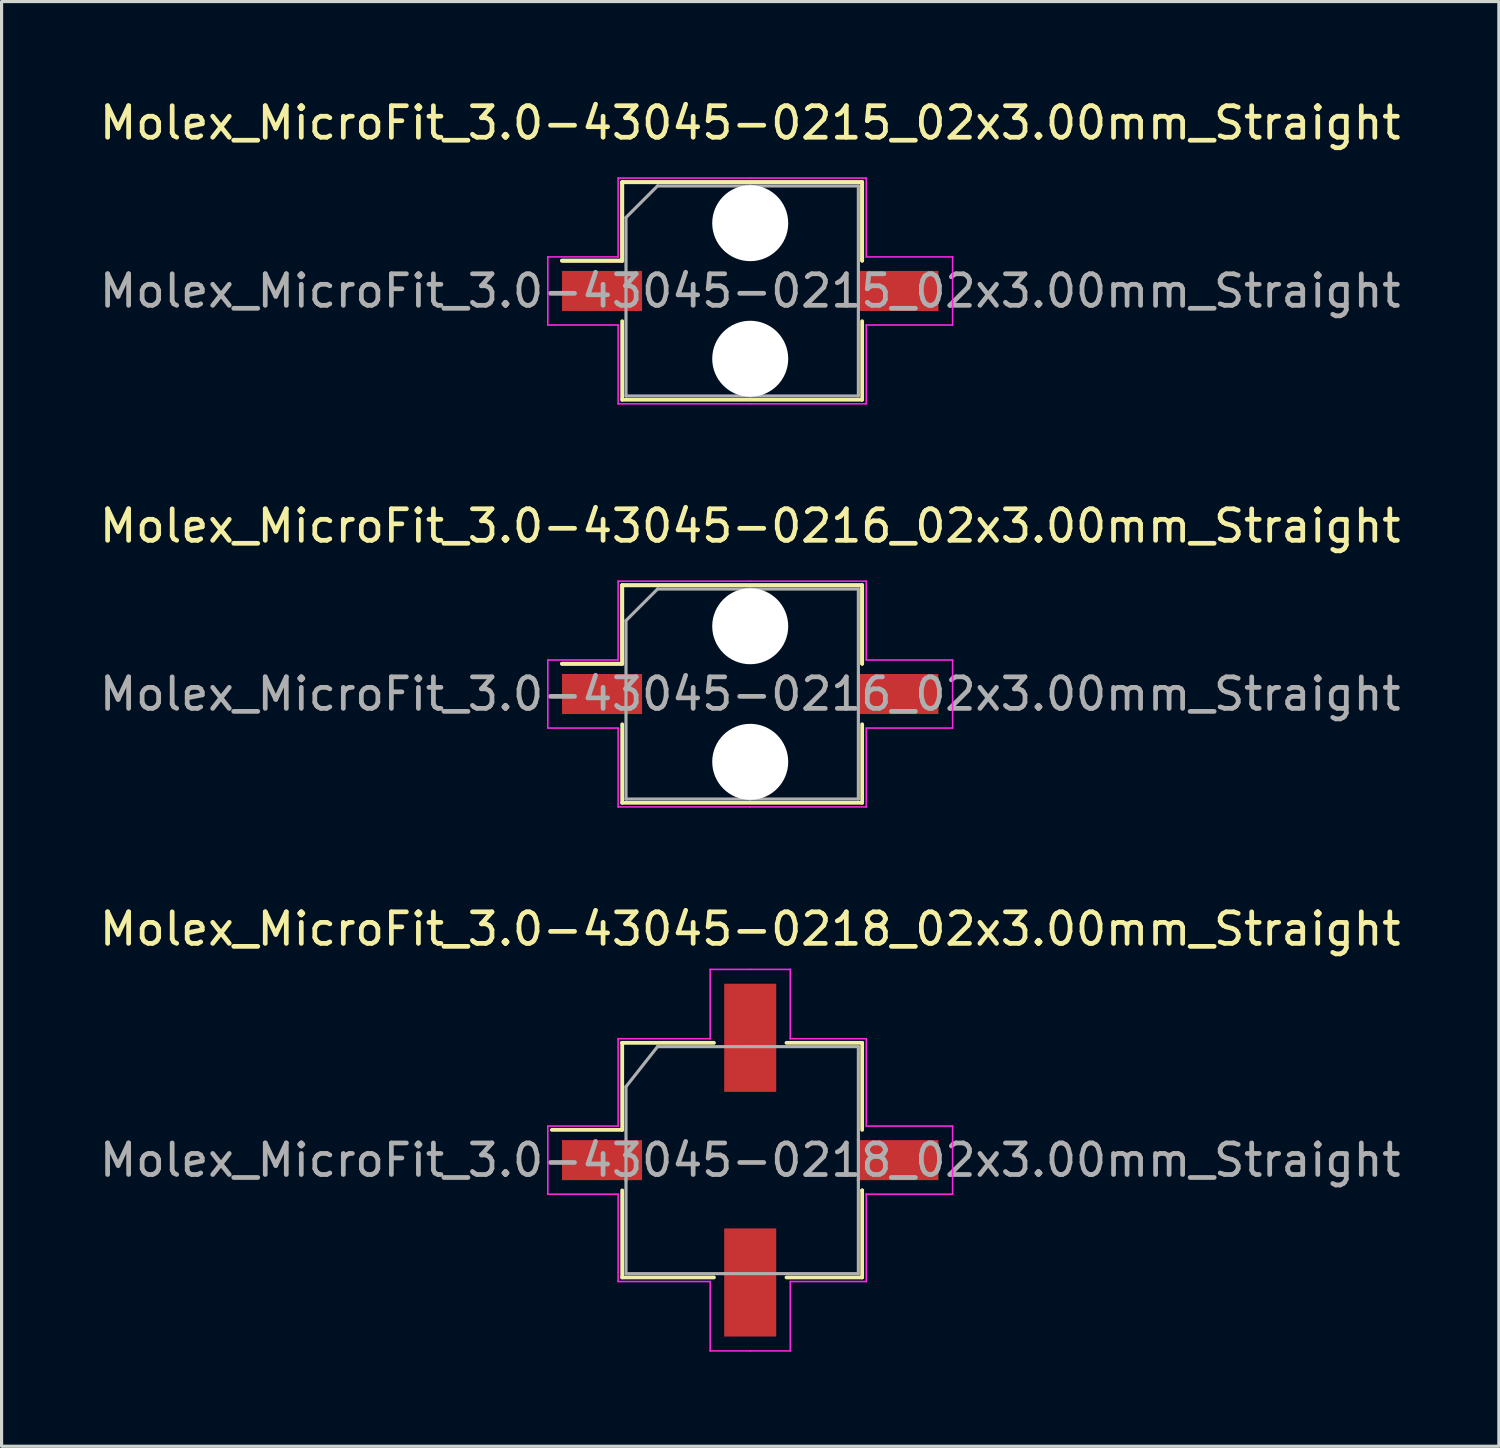
<source format=kicad_pcb>
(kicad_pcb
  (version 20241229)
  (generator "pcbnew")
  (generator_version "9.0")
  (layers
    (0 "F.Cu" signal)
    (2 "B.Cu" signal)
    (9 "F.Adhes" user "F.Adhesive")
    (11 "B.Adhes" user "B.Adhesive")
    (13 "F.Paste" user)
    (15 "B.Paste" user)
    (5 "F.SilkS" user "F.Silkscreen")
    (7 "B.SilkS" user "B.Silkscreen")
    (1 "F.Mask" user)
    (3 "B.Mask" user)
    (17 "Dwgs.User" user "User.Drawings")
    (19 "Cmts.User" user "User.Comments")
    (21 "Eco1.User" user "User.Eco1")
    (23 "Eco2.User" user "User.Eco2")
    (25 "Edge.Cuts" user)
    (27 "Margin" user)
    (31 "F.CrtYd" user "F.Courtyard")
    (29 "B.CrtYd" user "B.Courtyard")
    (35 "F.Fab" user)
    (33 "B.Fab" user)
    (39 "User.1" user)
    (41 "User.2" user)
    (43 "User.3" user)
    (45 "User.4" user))
  (footprint "Molex_MicroFit_3.0-43045-0215_02x3.00mm_Straight"
    (layer "F.Cu")
    (at 20.744 6.178)
    (property "Reference" "Molex_MicroFit_3.0-43045-0215_02x3.00mm_Straight" (at 0 -5.33 0) (layer "F.SilkS") (effects (font (size 1 1) (thickness 0.15))))
    (attr smd)
    (fp_line (start -5.97 -0.96) (end -4.06 -0.96) (stroke (width 0.12) (type solid)) (layer "F.SilkS"))
    (fp_line (start -5.97 -0.96) (end -4.06 -0.96) (stroke (width 0.12) (type solid)) (layer "F.SilkS"))
    (fp_line (start -4.06 -3.45) (end 3.55 -3.45) (stroke (width 0.12) (type solid)) (layer "F.SilkS"))
    (fp_line (start -4.06 -3.45) (end 3.55 -3.45) (stroke (width 0.12) (type solid)) (layer "F.SilkS"))
    (fp_line (start -4.06 -0.96) (end -4.06 -3.45) (stroke (width 0.12) (type solid)) (layer "F.SilkS"))
    (fp_line (start -4.06 -0.96) (end -4.06 -3.45) (stroke (width 0.12) (type solid)) (layer "F.SilkS"))
    (fp_line (start -4.06 3.45) (end -4.06 0.96) (stroke (width 0.12) (type solid)) (layer "F.SilkS"))
    (fp_line (start 3.55 -3.45) (end 3.55 -0.96) (stroke (width 0.12) (type solid)) (layer "F.SilkS"))
    (fp_line (start 3.55 -3.45) (end 3.55 -0.96) (stroke (width 0.12) (type solid)) (layer "F.SilkS"))
    (fp_line (start 3.55 0.96) (end 3.55 3.45) (stroke (width 0.12) (type solid)) (layer "F.SilkS"))
    (fp_line (start 3.55 3.45) (end -4.06 3.45) (stroke (width 0.12) (type solid)) (layer "F.SilkS"))
    (fp_line (start -6.42 -1.08) (end -4.19 -1.08) (stroke (width 0.05) (type solid)) (layer "F.CrtYd"))
    (fp_line (start -6.42 1.08) (end -6.42 -1.08) (stroke (width 0.05) (type solid)) (layer "F.CrtYd"))
    (fp_line (start -4.19 -3.58) (end 0 -3.58) (stroke (width 0.05) (type solid)) (layer "F.CrtYd"))
    (fp_line (start -4.19 -1.08) (end -4.19 -3.58) (stroke (width 0.05) (type solid)) (layer "F.CrtYd"))
    (fp_line (start -4.19 1.08) (end -6.42 1.08) (stroke (width 0.05) (type solid)) (layer "F.CrtYd"))
    (fp_line (start -4.19 3.58) (end -4.19 1.08) (stroke (width 0.05) (type solid)) (layer "F.CrtYd"))
    (fp_line (start 0 -3.58) (end 3.68 -3.58) (stroke (width 0.05) (type solid)) (layer "F.CrtYd"))
    (fp_line (start 0 3.58) (end -4.19 3.58) (stroke (width 0.05) (type solid)) (layer "F.CrtYd"))
    (fp_line (start 3.68 -3.58) (end 3.68 -1.08) (stroke (width 0.05) (type solid)) (layer "F.CrtYd"))
    (fp_line (start 3.68 -1.08) (end 6.42 -1.08) (stroke (width 0.05) (type solid)) (layer "F.CrtYd"))
    (fp_line (start 3.68 1.08) (end 3.68 3.58) (stroke (width 0.05) (type solid)) (layer "F.CrtYd"))
    (fp_line (start 3.68 3.58) (end 0 3.58) (stroke (width 0.05) (type solid)) (layer "F.CrtYd"))
    (fp_line (start 6.42 -1.08) (end 6.42 1.08) (stroke (width 0.05) (type solid)) (layer "F.CrtYd"))
    (fp_line (start 6.42 1.08) (end 3.68 1.08) (stroke (width 0.05) (type solid)) (layer "F.CrtYd"))
    (fp_line (start -3.94 -2.33) (end -2.94 -3.33) (stroke (width 0.1) (type solid)) (layer "F.Fab"))
    (fp_line (start -3.94 3.33) (end -3.94 -2.33) (stroke (width 0.1) (type solid)) (layer "F.Fab"))
    (fp_line (start -2.94 -3.33) (end 0 -3.33) (stroke (width 0.1) (type solid)) (layer "F.Fab"))
    (fp_line (start 0 -3.33) (end 3.43 -3.33) (stroke (width 0.1) (type solid)) (layer "F.Fab"))
    (fp_line (start 0 3.33) (end -3.94 3.33) (stroke (width 0.1) (type solid)) (layer "F.Fab"))
    (fp_line (start 3.43 -3.33) (end 3.43 3.33) (stroke (width 0.1) (type solid)) (layer "F.Fab"))
    (fp_line (start 3.43 3.33) (end 0 3.33) (stroke (width 0.1) (type solid)) (layer "F.Fab"))
    (fp_text user "${REFERENCE}" (at 0 0 0) (layer "F.Fab") (effects (font (size 1 1) (thickness 0.15))))
    (pad "" np_thru_hole circle (at 0 -2.15) (size 2.41 2.41) (drill 2.41) (layers "*.Cu"))
    (pad "" np_thru_hole circle (at 0 2.15) (size 2.41 2.41) (drill 2.41) (layers "*.Cu"))
    (pad "1" smd rect (at -4.7 0) (size 2.54 1.27) (layers "F.Cu" "F.Mask" "F.Paste"))
    (pad "2" smd rect (at 4.7 0) (size 2.54 1.27) (layers "F.Cu" "F.Mask" "F.Paste")))
  (footprint "Molex_MicroFit_3.0-43045-0216_02x3.00mm_Straight"
    (layer "F.Cu")
    (at 20.744 18.962)
    (property "Reference" "Molex_MicroFit_3.0-43045-0216_02x3.00mm_Straight" (at 0 -5.33 0) (layer "F.SilkS") (effects (font (size 1 1) (thickness 0.15))))
    (attr smd)
    (fp_line (start -5.97 -0.96) (end -4.06 -0.96) (stroke (width 0.12) (type solid)) (layer "F.SilkS"))
    (fp_line (start -5.97 -0.96) (end -4.06 -0.96) (stroke (width 0.12) (type solid)) (layer "F.SilkS"))
    (fp_line (start -4.06 -3.45) (end 3.55 -3.45) (stroke (width 0.12) (type solid)) (layer "F.SilkS"))
    (fp_line (start -4.06 -3.45) (end 3.55 -3.45) (stroke (width 0.12) (type solid)) (layer "F.SilkS"))
    (fp_line (start -4.06 -0.96) (end -4.06 -3.45) (stroke (width 0.12) (type solid)) (layer "F.SilkS"))
    (fp_line (start -4.06 -0.96) (end -4.06 -3.45) (stroke (width 0.12) (type solid)) (layer "F.SilkS"))
    (fp_line (start -4.06 3.45) (end -4.06 0.96) (stroke (width 0.12) (type solid)) (layer "F.SilkS"))
    (fp_line (start 3.55 -3.45) (end 3.55 -0.96) (stroke (width 0.12) (type solid)) (layer "F.SilkS"))
    (fp_line (start 3.55 -3.45) (end 3.55 -0.96) (stroke (width 0.12) (type solid)) (layer "F.SilkS"))
    (fp_line (start 3.55 0.96) (end 3.55 3.45) (stroke (width 0.12) (type solid)) (layer "F.SilkS"))
    (fp_line (start 3.55 3.45) (end -4.06 3.45) (stroke (width 0.12) (type solid)) (layer "F.SilkS"))
    (fp_line (start -6.42 -1.08) (end -4.19 -1.08) (stroke (width 0.05) (type solid)) (layer "F.CrtYd"))
    (fp_line (start -6.42 1.08) (end -6.42 -1.08) (stroke (width 0.05) (type solid)) (layer "F.CrtYd"))
    (fp_line (start -4.19 -3.58) (end 0 -3.58) (stroke (width 0.05) (type solid)) (layer "F.CrtYd"))
    (fp_line (start -4.19 -1.08) (end -4.19 -3.58) (stroke (width 0.05) (type solid)) (layer "F.CrtYd"))
    (fp_line (start -4.19 1.08) (end -6.42 1.08) (stroke (width 0.05) (type solid)) (layer "F.CrtYd"))
    (fp_line (start -4.19 3.58) (end -4.19 1.08) (stroke (width 0.05) (type solid)) (layer "F.CrtYd"))
    (fp_line (start 0 -3.58) (end 3.68 -3.58) (stroke (width 0.05) (type solid)) (layer "F.CrtYd"))
    (fp_line (start 0 3.58) (end -4.19 3.58) (stroke (width 0.05) (type solid)) (layer "F.CrtYd"))
    (fp_line (start 3.68 -3.58) (end 3.68 -1.08) (stroke (width 0.05) (type solid)) (layer "F.CrtYd"))
    (fp_line (start 3.68 -1.08) (end 6.42 -1.08) (stroke (width 0.05) (type solid)) (layer "F.CrtYd"))
    (fp_line (start 3.68 1.08) (end 3.68 3.58) (stroke (width 0.05) (type solid)) (layer "F.CrtYd"))
    (fp_line (start 3.68 3.58) (end 0 3.58) (stroke (width 0.05) (type solid)) (layer "F.CrtYd"))
    (fp_line (start 6.42 -1.08) (end 6.42 1.08) (stroke (width 0.05) (type solid)) (layer "F.CrtYd"))
    (fp_line (start 6.42 1.08) (end 3.68 1.08) (stroke (width 0.05) (type solid)) (layer "F.CrtYd"))
    (fp_line (start -3.94 -2.33) (end -2.94 -3.33) (stroke (width 0.1) (type solid)) (layer "F.Fab"))
    (fp_line (start -3.94 3.33) (end -3.94 -2.33) (stroke (width 0.1) (type solid)) (layer "F.Fab"))
    (fp_line (start -2.94 -3.33) (end 0 -3.33) (stroke (width 0.1) (type solid)) (layer "F.Fab"))
    (fp_line (start 0 -3.33) (end 3.43 -3.33) (stroke (width 0.1) (type solid)) (layer "F.Fab"))
    (fp_line (start 0 3.33) (end -3.94 3.33) (stroke (width 0.1) (type solid)) (layer "F.Fab"))
    (fp_line (start 3.43 -3.33) (end 3.43 3.33) (stroke (width 0.1) (type solid)) (layer "F.Fab"))
    (fp_line (start 3.43 3.33) (end 0 3.33) (stroke (width 0.1) (type solid)) (layer "F.Fab"))
    (fp_text user "${REFERENCE}" (at 0 0 0) (layer "F.Fab") (effects (font (size 1 1) (thickness 0.15))))
    (pad "" np_thru_hole circle (at 0 -2.15) (size 2.41 2.41) (drill 2.41) (layers "*.Cu"))
    (pad "" np_thru_hole circle (at 0 2.15) (size 2.41 2.41) (drill 2.41) (layers "*.Cu"))
    (pad "1" smd rect (at -4.7 0) (size 2.54 1.27) (layers "F.Cu" "F.Mask" "F.Paste"))
    (pad "2" smd rect (at 4.7 0) (size 2.54 1.27) (layers "F.Cu" "F.Mask" "F.Paste")))
  (footprint "Molex_MicroFit_3.0-43045-0218_02x3.00mm_Straight"
    (layer "F.Cu")
    (at 20.744 33.745)
    (property "Reference" "Molex_MicroFit_3.0-43045-0218_02x3.00mm_Straight" (at 0 -7.33 0) (layer "F.SilkS") (effects (font (size 1 1) (thickness 0.15))))
    (attr smd)
    (fp_line (start -6.29 -0.96) (end -4.06 -0.96) (stroke (width 0.12) (type solid)) (layer "F.SilkS"))
    (fp_line (start -4.06 -3.72) (end -4.06 -3.72) (stroke (width 0.12) (type solid)) (layer "F.SilkS"))
    (fp_line (start -4.06 -3.72) (end -1.15 -3.72) (stroke (width 0.12) (type solid)) (layer "F.SilkS"))
    (fp_line (start -4.06 -0.96) (end -4.06 -3.72) (stroke (width 0.12) (type solid)) (layer "F.SilkS"))
    (fp_line (start -4.06 3.72) (end -4.06 0.96) (stroke (width 0.12) (type solid)) (layer "F.SilkS"))
    (fp_line (start -1.15 3.72) (end -4.06 3.72) (stroke (width 0.12) (type solid)) (layer "F.SilkS"))
    (fp_line (start 1.15 -3.72) (end 3.55 -3.72) (stroke (width 0.12) (type solid)) (layer "F.SilkS"))
    (fp_line (start 3.55 -3.72) (end 3.55 -0.96) (stroke (width 0.12) (type solid)) (layer "F.SilkS"))
    (fp_line (start 3.55 0.96) (end 3.55 0.96) (stroke (width 0.12) (type solid)) (layer "F.SilkS"))
    (fp_line (start 3.55 0.96) (end 3.55 3.72) (stroke (width 0.12) (type solid)) (layer "F.SilkS"))
    (fp_line (start 3.55 3.72) (end 1.15 3.72) (stroke (width 0.12) (type solid)) (layer "F.SilkS"))
    (fp_line (start -6.42 -1.08) (end -4.19 -1.08) (stroke (width 0.05) (type solid)) (layer "F.CrtYd"))
    (fp_line (start -6.42 1.08) (end -6.42 -1.08) (stroke (width 0.05) (type solid)) (layer "F.CrtYd"))
    (fp_line (start -4.19 -3.85) (end -4.19 -3.85) (stroke (width 0.05) (type solid)) (layer "F.CrtYd"))
    (fp_line (start -4.19 -3.85) (end -1.27 -3.85) (stroke (width 0.05) (type solid)) (layer "F.CrtYd"))
    (fp_line (start -4.19 -1.08) (end -4.19 -3.85) (stroke (width 0.05) (type solid)) (layer "F.CrtYd"))
    (fp_line (start -4.19 1.08) (end -6.42 1.08) (stroke (width 0.05) (type solid)) (layer "F.CrtYd"))
    (fp_line (start -4.19 3.85) (end -4.19 1.08) (stroke (width 0.05) (type solid)) (layer "F.CrtYd"))
    (fp_line (start -1.27 -6.05) (end 0 -6.05) (stroke (width 0.05) (type solid)) (layer "F.CrtYd"))
    (fp_line (start -1.27 -3.85) (end -1.27 -6.05) (stroke (width 0.05) (type solid)) (layer "F.CrtYd"))
    (fp_line (start -1.27 3.85) (end -4.19 3.85) (stroke (width 0.05) (type solid)) (layer "F.CrtYd"))
    (fp_line (start -1.27 6.05) (end -1.27 3.85) (stroke (width 0.05) (type solid)) (layer "F.CrtYd"))
    (fp_line (start 0 -6.05) (end 1.27 -6.05) (stroke (width 0.05) (type solid)) (layer "F.CrtYd"))
    (fp_line (start 0 6.05) (end -1.27 6.05) (stroke (width 0.05) (type solid)) (layer "F.CrtYd"))
    (fp_line (start 1.27 -6.05) (end 1.27 -3.85) (stroke (width 0.05) (type solid)) (layer "F.CrtYd"))
    (fp_line (start 1.27 -3.85) (end 3.68 -3.85) (stroke (width 0.05) (type solid)) (layer "F.CrtYd"))
    (fp_line (start 1.27 3.85) (end 1.27 6.05) (stroke (width 0.05) (type solid)) (layer "F.CrtYd"))
    (fp_line (start 1.27 6.05) (end 0 6.05) (stroke (width 0.05) (type solid)) (layer "F.CrtYd"))
    (fp_line (start 3.68 -3.85) (end 3.68 -1.08) (stroke (width 0.05) (type solid)) (layer "F.CrtYd"))
    (fp_line (start 3.68 -1.08) (end 6.42 -1.08) (stroke (width 0.05) (type solid)) (layer "F.CrtYd"))
    (fp_line (start 3.68 1.08) (end 3.68 1.08) (stroke (width 0.05) (type solid)) (layer "F.CrtYd"))
    (fp_line (start 3.68 1.08) (end 3.68 3.85) (stroke (width 0.05) (type solid)) (layer "F.CrtYd"))
    (fp_line (start 3.68 3.85) (end 1.27 3.85) (stroke (width 0.05) (type solid)) (layer "F.CrtYd"))
    (fp_line (start 6.42 -1.08) (end 6.42 1.08) (stroke (width 0.05) (type solid)) (layer "F.CrtYd"))
    (fp_line (start 6.42 1.08) (end 3.68 1.08) (stroke (width 0.05) (type solid)) (layer "F.CrtYd"))
    (fp_line (start -3.94 -2.33) (end -2.94 -3.6) (stroke (width 0.1) (type solid)) (layer "F.Fab"))
    (fp_line (start -3.94 0.64) (end -3.94 -2.33) (stroke (width 0.1) (type solid)) (layer "F.Fab"))
    (fp_line (start -3.94 3.6) (end -3.94 0.64) (stroke (width 0.1) (type solid)) (layer "F.Fab"))
    (fp_line (start -2.94 -3.6) (end 0 -3.6) (stroke (width 0.1) (type solid)) (layer "F.Fab"))
    (fp_line (start -0.82 3.6) (end -3.94 3.6) (stroke (width 0.1) (type solid)) (layer "F.Fab"))
    (fp_line (start 0 -3.6) (end 3.43 -3.6) (stroke (width 0.1) (type solid)) (layer "F.Fab"))
    (fp_line (start 3.43 -3.6) (end 3.43 -0.64) (stroke (width 0.1) (type solid)) (layer "F.Fab"))
    (fp_line (start 3.43 -0.64) (end 3.43 0.64) (stroke (width 0.1) (type solid)) (layer "F.Fab"))
    (fp_line (start 3.43 0.64) (end 3.43 3.6) (stroke (width 0.1) (type solid)) (layer "F.Fab"))
    (fp_line (start 3.43 3.6) (end -0.82 3.6) (stroke (width 0.1) (type solid)) (layer "F.Fab"))
    (fp_text user "${REFERENCE}" (at 0 0 0) (layer "F.Fab") (effects (font (size 1 1) (thickness 0.15))))
    (pad "" smd rect (at 0 -3.88) (size 1.65 3.43) (layers "F.Cu" "F.Mask" "F.Paste"))
    (pad "" smd rect (at 0 3.88) (size 1.65 3.43) (layers "F.Cu" "F.Mask" "F.Paste"))
    (pad "1" smd rect (at -4.7 0) (size 2.54 1.27) (layers "F.Cu" "F.Mask" "F.Paste"))
    (pad "2" smd rect (at 4.7 0) (size 2.54 1.27) (layers "F.Cu" "F.Mask" "F.Paste")))
  (gr_rect
    (start -3 -3)
    (end 44.488 42.82)
    (stroke (width 0.1) (type default))
    (fill no)
    (layer "Edge.Cuts")))
</source>
